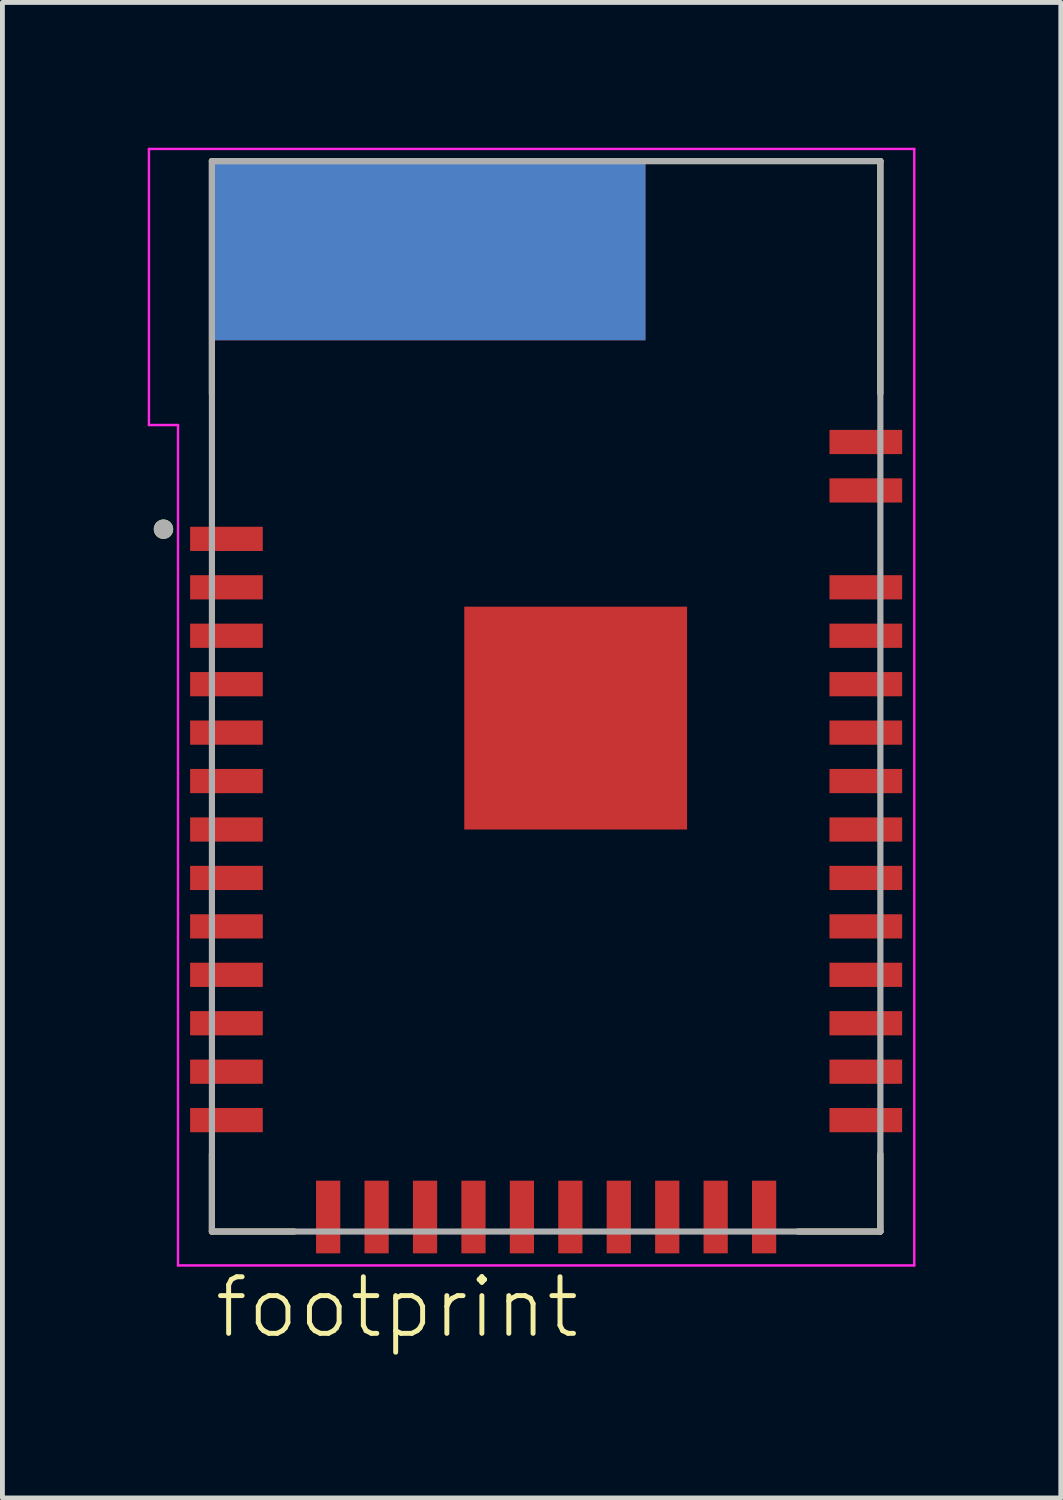
<source format=kicad_pcb>
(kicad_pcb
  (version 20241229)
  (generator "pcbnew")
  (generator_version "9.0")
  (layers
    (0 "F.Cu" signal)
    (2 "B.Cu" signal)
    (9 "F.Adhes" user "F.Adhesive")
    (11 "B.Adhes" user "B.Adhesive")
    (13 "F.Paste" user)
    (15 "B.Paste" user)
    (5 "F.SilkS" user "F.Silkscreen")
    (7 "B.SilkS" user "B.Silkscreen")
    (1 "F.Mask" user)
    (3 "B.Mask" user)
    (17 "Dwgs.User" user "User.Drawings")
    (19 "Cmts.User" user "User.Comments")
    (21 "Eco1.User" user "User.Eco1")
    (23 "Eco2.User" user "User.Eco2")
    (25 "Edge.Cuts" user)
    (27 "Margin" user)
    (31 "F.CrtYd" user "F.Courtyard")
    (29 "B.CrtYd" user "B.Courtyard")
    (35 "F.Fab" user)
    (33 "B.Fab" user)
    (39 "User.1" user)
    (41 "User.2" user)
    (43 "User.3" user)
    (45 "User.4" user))
  (footprint "footprint"
    (layer "F.Cu")
    (at 8.225 11.325)
    (property "Reference" "footprint" (at -6.9 13.3 0) (layer "F.SilkS") (effects (font (size 1.168 1.168) (thickness 0.102)) (justify left bottom)))
    (fp_line (start -6.9 -6.25) (end -6.9 -11.05) (stroke (width 0.127) (type solid)) (layer "F.SilkS"))
    (fp_line (start -6.9 9.45) (end -6.9 11.05) (stroke (width 0.127) (type solid)) (layer "F.SilkS"))
    (fp_line (start -6.9 11.05) (end -5.2 11.05) (stroke (width 0.127) (type solid)) (layer "F.SilkS"))
    (fp_line (start 6.9 -11.05) (end -6.9 -11.05) (stroke (width 0.127) (type solid)) (layer "F.SilkS"))
    (fp_line (start 6.9 -6.25) (end 6.9 -11.05) (stroke (width 0.127) (type solid)) (layer "F.SilkS"))
    (fp_line (start 6.9 9.45) (end 6.9 11.05) (stroke (width 0.127) (type solid)) (layer "F.SilkS"))
    (fp_line (start 6.9 11.05) (end 5.2 11.05) (stroke (width 0.127) (type solid)) (layer "F.SilkS"))
    (fp_circle (center -7.9 -3.45) (end -7.8 -3.45) (stroke (width 0.2) (type solid)) (fill no) (layer "F.SilkS"))
    (fp_poly (pts (xy -0.845 1.905) (xy 2.065 1.905) (xy 2.065 -1.005) (xy -0.845 -1.005)) (stroke (width 0) (type solid)) (fill yes) (layer "F.Paste"))
    (fp_line (start -8.2 -11.3) (end -8.2 -5.6) (stroke (width 0.05) (type solid)) (layer "F.CrtYd"))
    (fp_line (start -8.2 -5.6) (end -7.6 -5.6) (stroke (width 0.05) (type solid)) (layer "F.CrtYd"))
    (fp_line (start -7.6 11.75) (end -7.6 -5.6) (stroke (width 0.05) (type solid)) (layer "F.CrtYd"))
    (fp_line (start -7.6 11.75) (end 7.6 11.75) (stroke (width 0.05) (type solid)) (layer "F.CrtYd"))
    (fp_line (start 7.6 -11.3) (end -8.2 -11.3) (stroke (width 0.05) (type solid)) (layer "F.CrtYd"))
    (fp_line (start 7.6 11.75) (end 7.6 -11.3) (stroke (width 0.05) (type solid)) (layer "F.CrtYd"))
    (fp_line (start -6.9 -11.05) (end -6.9 11.05) (stroke (width 0.127) (type solid)) (layer "F.Fab"))
    (fp_line (start -6.9 11.05) (end 6.9 11.05) (stroke (width 0.127) (type solid)) (layer "F.Fab"))
    (fp_line (start 6.9 -11.05) (end -6.9 -11.05) (stroke (width 0.127) (type solid)) (layer "F.Fab"))
    (fp_line (start 6.9 11.05) (end 6.9 -11.05) (stroke (width 0.127) (type solid)) (layer "F.Fab"))
    (fp_circle (center -7.9 -3.45) (end -7.8 -3.45) (stroke (width 0.2) (type solid)) (fill no) (layer "F.Fab"))
    (pad "1" smd rect (at -6.6 -3.25) (size 1.5 0.5) (layers "F.Cu" "F.Mask" "F.Paste"))
    (pad "2" smd rect (at -6.6 -2.25) (size 1.5 0.5) (layers "F.Cu" "F.Mask" "F.Paste"))
    (pad "3" smd rect (at -6.6 -1.25) (size 1.5 0.5) (layers "F.Cu" "F.Mask" "F.Paste"))
    (pad "4" smd rect (at -6.6 -0.25) (size 1.5 0.5) (layers "F.Cu" "F.Mask" "F.Paste"))
    (pad "5" smd rect (at -6.6 0.75) (size 1.5 0.5) (layers "F.Cu" "F.Mask" "F.Paste"))
    (pad "6" smd rect (at -6.6 1.75) (size 1.5 0.5) (layers "F.Cu" "F.Mask" "F.Paste"))
    (pad "7" smd rect (at -6.6 2.75) (size 1.5 0.5) (layers "F.Cu" "F.Mask" "F.Paste"))
    (pad "8" smd rect (at -6.6 3.75) (size 1.5 0.5) (layers "F.Cu" "F.Mask" "F.Paste"))
    (pad "9" smd rect (at -6.6 4.75) (size 1.5 0.5) (layers "F.Cu" "F.Mask" "F.Paste"))
    (pad "10" smd rect (at -6.6 5.75) (size 1.5 0.5) (layers "F.Cu" "F.Mask" "F.Paste"))
    (pad "11" smd rect (at -6.6 6.75) (size 1.5 0.5) (layers "F.Cu" "F.Mask" "F.Paste"))
    (pad "12" smd rect (at -6.6 7.75) (size 1.5 0.5) (layers "F.Cu" "F.Mask" "F.Paste"))
    (pad "13" smd rect (at -6.6 8.75) (size 1.5 0.5) (layers "F.Cu" "F.Mask" "F.Paste"))
    (pad "14" smd rect (at -4.5 10.75 90) (size 1.5 0.5) (layers "F.Cu" "F.Mask" "F.Paste"))
    (pad "15" smd rect (at -3.5 10.75 90) (size 1.5 0.5) (layers "F.Cu" "F.Mask" "F.Paste"))
    (pad "16" smd rect (at -2.5 10.75 90) (size 1.5 0.5) (layers "F.Cu" "F.Mask" "F.Paste"))
    (pad "17" smd rect (at -1.5 10.75 90) (size 1.5 0.5) (layers "F.Cu" "F.Mask" "F.Paste"))
    (pad "18" smd rect (at -0.5 10.75 90) (size 1.5 0.5) (layers "F.Cu" "F.Mask" "F.Paste"))
    (pad "19" smd rect (at 0.5 10.75 90) (size 1.5 0.5) (layers "F.Cu" "F.Mask" "F.Paste"))
    (pad "20" smd rect (at 1.5 10.75 90) (size 1.5 0.5) (layers "F.Cu" "F.Mask" "F.Paste"))
    (pad "21" smd rect (at 2.5 10.75 90) (size 1.5 0.5) (layers "F.Cu" "F.Mask" "F.Paste"))
    (pad "22" smd rect (at 3.5 10.75 90) (size 1.5 0.5) (layers "F.Cu" "F.Mask" "F.Paste"))
    (pad "23" smd rect (at 4.5 10.75 90) (size 1.5 0.5) (layers "F.Cu" "F.Mask" "F.Paste"))
    (pad "24" smd rect (at 6.6 8.75) (size 1.5 0.5) (layers "F.Cu" "F.Mask" "F.Paste"))
    (pad "25" smd rect (at 6.6 7.75) (size 1.5 0.5) (layers "F.Cu" "F.Mask" "F.Paste"))
    (pad "26" smd rect (at 6.6 6.75) (size 1.5 0.5) (layers "F.Cu" "F.Mask" "F.Paste"))
    (pad "27" smd rect (at 6.6 5.75) (size 1.5 0.5) (layers "F.Cu" "F.Mask" "F.Paste"))
    (pad "28" smd rect (at 6.6 4.75) (size 1.5 0.5) (layers "F.Cu" "F.Mask" "F.Paste"))
    (pad "29" smd rect (at 6.6 3.75) (size 1.5 0.5) (layers "F.Cu" "F.Mask" "F.Paste"))
    (pad "30" smd rect (at 6.6 2.75) (size 1.5 0.5) (layers "F.Cu" "F.Mask" "F.Paste"))
    (pad "31" smd rect (at 6.6 1.75) (size 1.5 0.5) (layers "F.Cu" "F.Mask" "F.Paste"))
    (pad "32" smd rect (at 6.6 0.75) (size 1.5 0.5) (layers "F.Cu" "F.Mask" "F.Paste"))
    (pad "33" smd rect (at 6.6 -0.25) (size 1.5 0.5) (layers "F.Cu" "F.Mask" "F.Paste"))
    (pad "34" smd rect (at 6.6 -1.25) (size 1.5 0.5) (layers "F.Cu" "F.Mask" "F.Paste"))
    (pad "35" smd rect (at 6.6 -2.25) (size 1.5 0.5) (layers "F.Cu" "F.Mask" "F.Paste"))
    (pad "36" smd rect (at 6.6 -4.25) (size 1.5 0.5) (layers "F.Cu" "F.Mask" "F.Paste"))
    (pad "37" smd rect (at 6.6 -5.25) (size 1.5 0.5) (layers "F.Cu" "F.Mask" "F.Paste"))
    (pad "ANT_GND" smd rect (at -2.45 -9.2) (size 9 3.7) (layers "*.Cu" "*.Mask"))
    (pad "GND" smd rect (at 0.61 0.45) (size 4.6 4.6) (layers "F.Cu" "F.Mask"))
    (zone (net_name "") (layer "F.Cu") (hatch edge 0.508) (connect_pads) (min_thickness 0.254) (filled_areas_thickness no) (keepout (tracks not_allowed) (vias not_allowed) (pads not_allowed) (copperpour not_allowed) (footprints allowed)) (placement (enabled no)) (fill) (polygon (pts (xy 0.275 5.475) (xy 10.275 5.475) (xy 10.275 0.275) (xy 0.275 0.275))))
    (zone (net_name "") (layers "F.Cu" "B.Cu") (hatch edge 0.508) (connect_pads) (min_thickness 0.254) (filled_areas_thickness no) (keepout (tracks allowed) (vias not_allowed) (pads allowed) (copperpour allowed) (footprints allowed)) (placement (enabled no)) (fill) (polygon (pts (xy 0.275 5.475) (xy 10.275 5.475) (xy 10.275 0.275) (xy 0.275 0.275))))
    (zone (net_name "") (layer "B.Cu") (hatch edge 0.508) (connect_pads) (min_thickness 0.254) (filled_areas_thickness no) (keepout (tracks not_allowed) (vias not_allowed) (pads not_allowed) (copperpour not_allowed) (footprints allowed)) (placement (enabled no)) (fill) (polygon (pts (xy 10.275 5.475) (xy 0.275 5.475) (xy 0.275 0.275) (xy 1.275 0.275) (xy 1.275 3.975) (xy 10.275 3.975)))))
  (gr_rect
    (start -3 -3)
    (end 18.85 27.875)
    (stroke (width 0.1) (type default))
    (fill no)
    (layer "Edge.Cuts")))
</source>
